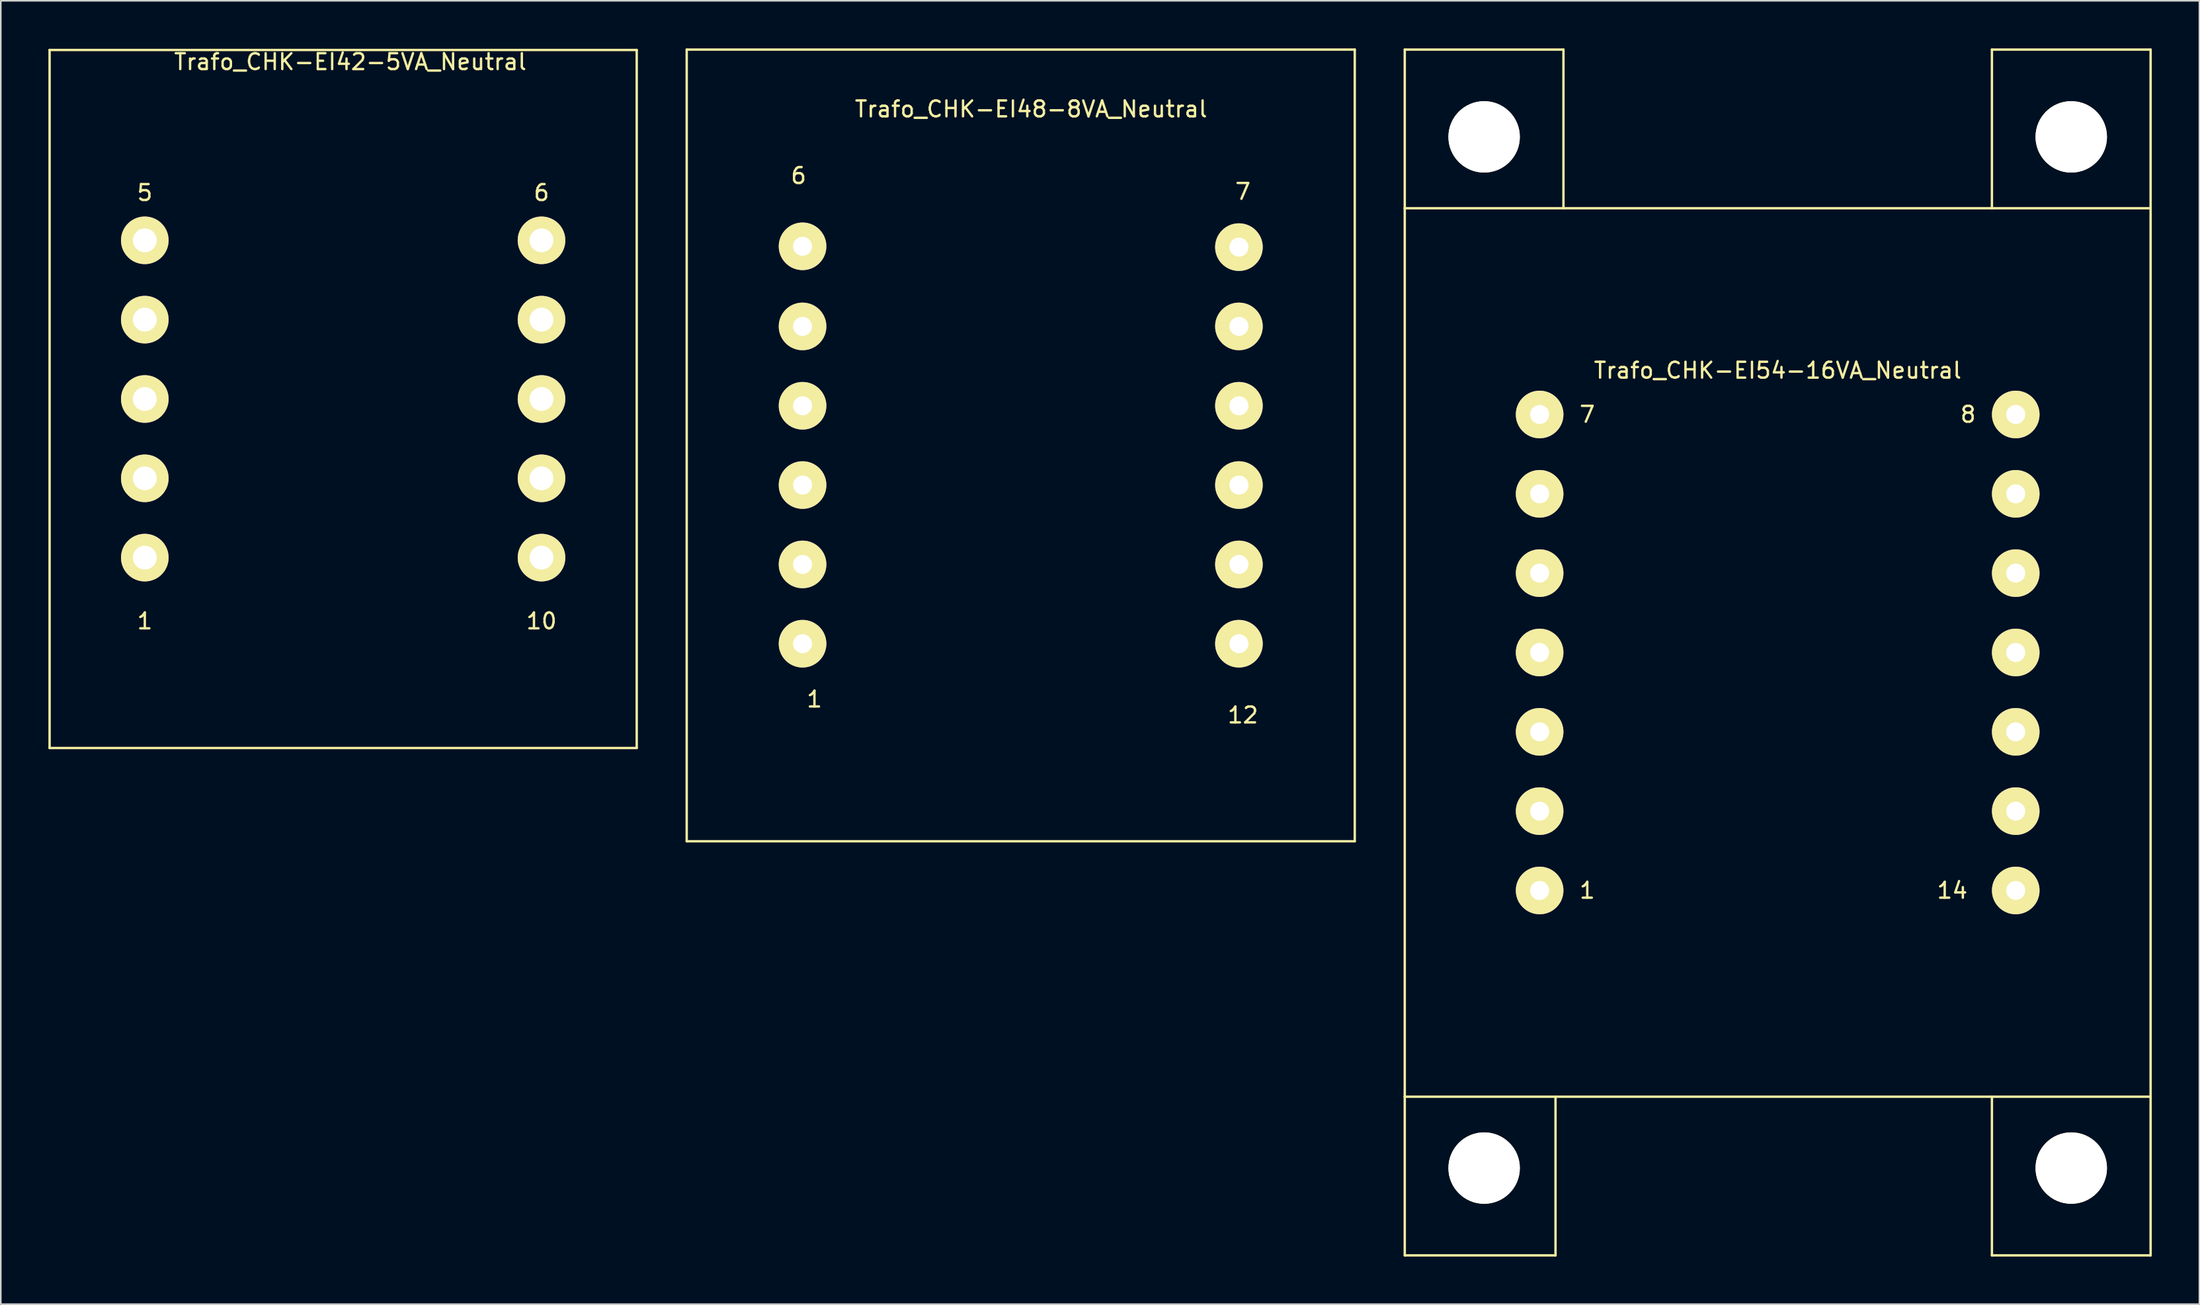
<source format=kicad_pcb>
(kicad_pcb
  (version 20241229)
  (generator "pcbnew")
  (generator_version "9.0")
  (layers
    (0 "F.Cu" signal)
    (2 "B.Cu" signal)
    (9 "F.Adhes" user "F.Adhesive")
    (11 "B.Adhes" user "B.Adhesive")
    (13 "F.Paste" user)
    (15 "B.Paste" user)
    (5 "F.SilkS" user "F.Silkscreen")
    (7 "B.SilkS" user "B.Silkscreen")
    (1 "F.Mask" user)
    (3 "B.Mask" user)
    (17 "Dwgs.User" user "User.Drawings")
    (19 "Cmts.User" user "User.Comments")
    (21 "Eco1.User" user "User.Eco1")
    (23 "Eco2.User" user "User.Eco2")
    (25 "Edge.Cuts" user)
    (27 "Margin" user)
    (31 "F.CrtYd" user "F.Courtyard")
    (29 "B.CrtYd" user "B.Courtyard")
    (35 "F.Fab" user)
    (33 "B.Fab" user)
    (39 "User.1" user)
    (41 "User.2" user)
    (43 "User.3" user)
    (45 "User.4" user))
  (footprint "Trafo_CHK-EI48-8VA_Neutral"
    (layer "F.Cu")
    (at 61.272 25.025)
    (property "Reference" "Trafo_CHK-EI48-8VA_Neutral" (at 0.65 -21.199 0) (layer "F.SilkS") (effects (font (size 1 1) (thickness 0.15))))
    (attr through_hole)
    (fp_line (start -21.049 -24.95) (end 21.049 -24.95) (stroke (width 0.15) (type solid)) (layer "F.SilkS"))
    (fp_line (start -21.049 24.95) (end -21.049 -24.95) (stroke (width 0.15) (type solid)) (layer "F.SilkS"))
    (fp_line (start 21.049 -24.95) (end 21.049 24.95) (stroke (width 0.15) (type solid)) (layer "F.SilkS"))
    (fp_line (start 21.049 24.95) (end -21.049 24.95) (stroke (width 0.15) (type solid)) (layer "F.SilkS"))
    (fp_text user "7" (at 14 -15.999 0) (layer "F.SilkS") (effects (font (size 1 1) (thickness 0.15))))
    (fp_text user "12" (at 14 17 0) (layer "F.SilkS") (effects (font (size 1 1) (thickness 0.15))))
    (fp_text user "1" (at -13 15.999 0) (layer "F.SilkS") (effects (font (size 1 1) (thickness 0.15))))
    (fp_text user "6" (at -14 -17 0) (layer "F.SilkS") (effects (font (size 1 1) (thickness 0.15))))
    (pad "1" thru_hole circle (at -13.749 12.499) (size 3 3) (drill 1.199) (layers "*.Cu" "*.Mask" "F.SilkS"))
    (pad "2" thru_hole circle (at -13.749 7.501) (size 3 3) (drill 1.199) (layers "*.Cu" "*.Mask" "F.SilkS"))
    (pad "3" thru_hole circle (at -13.749 2.499) (size 3 3) (drill 1.199) (layers "*.Cu" "*.Mask" "F.SilkS"))
    (pad "4" thru_hole circle (at -13.749 -2.499) (size 3 3) (drill 1.199) (layers "*.Cu" "*.Mask" "F.SilkS"))
    (pad "5" thru_hole circle (at -13.749 -7.501) (size 3 3) (drill 1.199) (layers "*.Cu" "*.Mask" "F.SilkS"))
    (pad "6" thru_hole circle (at -13.749 -12.55) (size 3 3) (drill 1.199) (layers "*.Cu" "*.Mask" "F.SilkS"))
    (pad "7" thru_hole circle (at 13.749 -12.499) (size 3 3) (drill 1.199) (layers "*.Cu" "*.Mask" "F.SilkS"))
    (pad "8" thru_hole circle (at 13.749 -7.501) (size 3 3) (drill 1.199) (layers "*.Cu" "*.Mask" "F.SilkS"))
    (pad "9" thru_hole circle (at 13.749 -2.499) (size 3 3) (drill 1.199) (layers "*.Cu" "*.Mask" "F.SilkS"))
    (pad "10" thru_hole circle (at 13.749 2.499) (size 3 3) (drill 1.199) (layers "*.Cu" "*.Mask" "F.SilkS"))
    (pad "11" thru_hole circle (at 13.749 7.501) (size 3 3) (drill 1.199) (layers "*.Cu" "*.Mask" "F.SilkS"))
    (pad "12" thru_hole circle (at 13.749 12.499) (size 3 3) (drill 1.199) (layers "*.Cu" "*.Mask" "F.SilkS")))
  (footprint "Trafo_CHK-EI54-16VA_Neutral"
    (layer "F.Cu")
    (at 108.971 38.076)
    (property "Reference" "Trafo_CHK-EI54-16VA_Neutral" (at 0 -17.78 0) (layer "F.SilkS") (effects (font (size 1 1) (thickness 0.15))))
    (attr through_hole)
    (fp_line (start -23.5 -38.001) (end -13.5 -38.001) (stroke (width 0.15) (type solid)) (layer "F.SilkS"))
    (fp_line (start -23.5 -28.001) (end -23.5 -38.001) (stroke (width 0.15) (type solid)) (layer "F.SilkS"))
    (fp_line (start -23.5 -28.001) (end -23.5 28.001) (stroke (width 0.15) (type solid)) (layer "F.SilkS"))
    (fp_line (start -23.5 28.001) (end -23.5 38.001) (stroke (width 0.15) (type solid)) (layer "F.SilkS"))
    (fp_line (start -23.5 28.001) (end 23.5 28.001) (stroke (width 0.15) (type solid)) (layer "F.SilkS"))
    (fp_line (start -23.5 38.001) (end -14 38.001) (stroke (width 0.15) (type solid)) (layer "F.SilkS"))
    (fp_line (start -14 38.001) (end -14 28.001) (stroke (width 0.15) (type solid)) (layer "F.SilkS"))
    (fp_line (start -13.5 -38.001) (end -13.5 -28.001) (stroke (width 0.15) (type solid)) (layer "F.SilkS"))
    (fp_line (start 13.5 -38.001) (end 13.5 -28.001) (stroke (width 0.15) (type solid)) (layer "F.SilkS"))
    (fp_line (start 13.5 38.001) (end 13.5 28.001) (stroke (width 0.15) (type solid)) (layer "F.SilkS"))
    (fp_line (start 23.5 -38.001) (end 13.5 -38.001) (stroke (width 0.15) (type solid)) (layer "F.SilkS"))
    (fp_line (start 23.5 -28.001) (end -23.5 -28.001) (stroke (width 0.15) (type solid)) (layer "F.SilkS"))
    (fp_line (start 23.5 -28.001) (end 23.5 -38.001) (stroke (width 0.15) (type solid)) (layer "F.SilkS"))
    (fp_line (start 23.5 28.001) (end 23.5 -28.001) (stroke (width 0.15) (type solid)) (layer "F.SilkS"))
    (fp_line (start 23.5 28.001) (end 23.5 38.001) (stroke (width 0.15) (type solid)) (layer "F.SilkS"))
    (fp_line (start 23.5 38.001) (end 13.5 38.001) (stroke (width 0.15) (type solid)) (layer "F.SilkS"))
    (fp_text user "8" (at 11.999 -15.001 0) (layer "F.SilkS") (effects (font (size 1 1) (thickness 0.15))))
    (fp_text user "14" (at 11.001 15.001 0) (layer "F.SilkS") (effects (font (size 1 1) (thickness 0.15))))
    (fp_text user "7" (at -11.999 -15.001 0) (layer "F.SilkS") (effects (font (size 1 1) (thickness 0.15))))
    (fp_text user "1" (at -11.999 15.001 0) (layer "F.SilkS") (effects (font (size 1 1) (thickness 0.15))))
    (pad "" np_thru_hole circle (at -18.499 -32.499) (size 4.501 4.501) (drill 4.501) (layers "*.Cu" "*.Mask" "F.SilkS"))
    (pad "" np_thru_hole circle (at -18.499 32.499) (size 4.501 4.501) (drill 4.501) (layers "*.Cu" "*.Mask" "F.SilkS"))
    (pad "" np_thru_hole circle (at 18.499 -32.499) (size 4.501 4.501) (drill 4.501) (layers "*.Cu" "*.Mask" "F.SilkS"))
    (pad "" np_thru_hole circle (at 18.499 32.499) (size 4.501 4.501) (drill 4.501) (layers "*.Cu" "*.Mask" "F.SilkS"))
    (pad "1" thru_hole circle (at -15.001 15.001) (size 3 3) (drill 1.199) (layers "*.Cu" "*.Mask" "F.SilkS"))
    (pad "2" thru_hole circle (at -15.001 10) (size 3 3) (drill 1.199) (layers "*.Cu" "*.Mask" "F.SilkS"))
    (pad "3" thru_hole circle (at -15.001 5.001) (size 3 3) (drill 1.199) (layers "*.Cu" "*.Mask" "F.SilkS"))
    (pad "4" thru_hole circle (at -15.001 0) (size 3 3) (drill 1.199) (layers "*.Cu" "*.Mask" "F.SilkS"))
    (pad "5" thru_hole circle (at -15.001 -5.001) (size 3 3) (drill 1.199) (layers "*.Cu" "*.Mask" "F.SilkS"))
    (pad "6" thru_hole circle (at -15.001 -10) (size 3 3) (drill 1.199) (layers "*.Cu" "*.Mask" "F.SilkS"))
    (pad "7" thru_hole circle (at -15.001 -15.001) (size 3 3) (drill 1.199) (layers "*.Cu" "*.Mask" "F.SilkS"))
    (pad "8" thru_hole circle (at 15.001 -15.001) (size 3 3) (drill 1.199) (layers "*.Cu" "*.Mask" "F.SilkS"))
    (pad "9" thru_hole circle (at 15.001 -10) (size 3 3) (drill 1.199) (layers "*.Cu" "*.Mask" "F.SilkS"))
    (pad "10" thru_hole circle (at 15.001 -5.001) (size 3 3) (drill 1.199) (layers "*.Cu" "*.Mask" "F.SilkS"))
    (pad "11" thru_hole circle (at 15.001 0) (size 3 3) (drill 1.199) (layers "*.Cu" "*.Mask" "F.SilkS"))
    (pad "12" thru_hole circle (at 15.001 5.001) (size 3 3) (drill 1.199) (layers "*.Cu" "*.Mask" "F.SilkS"))
    (pad "13" thru_hole circle (at 15.001 10) (size 3 3) (drill 1.199) (layers "*.Cu" "*.Mask" "F.SilkS"))
    (pad "14" thru_hole circle (at 15.001 15.001) (size 3 3) (drill 1.199) (layers "*.Cu" "*.Mask" "F.SilkS")))
  (footprint "Trafo_CHK-EI42-5VA_Neutral"
    (layer "F.Cu")
    (at 18.574 22.098)
    (property "Reference" "Trafo_CHK-EI42-5VA_Neutral" (at 0.45 -21.25 0) (layer "F.SilkS") (effects (font (size 1 1) (thickness 0.15))))
    (attr through_hole)
    (fp_line (start -18.499 -21.999) (end -18.499 21.999) (stroke (width 0.15) (type solid)) (layer "F.SilkS"))
    (fp_line (start -18.499 21.999) (end 18.499 21.999) (stroke (width 0.15) (type solid)) (layer "F.SilkS"))
    (fp_line (start 18.499 -21.999) (end -18.499 -21.999) (stroke (width 0.15) (type solid)) (layer "F.SilkS"))
    (fp_line (start 18.499 21.999) (end 18.499 -21.999) (stroke (width 0.15) (type solid)) (layer "F.SilkS"))
    (fp_text user "6" (at 12.499 -13 0) (layer "F.SilkS") (effects (font (size 1 1) (thickness 0.15))))
    (fp_text user "5" (at -12.499 -13 0) (layer "F.SilkS") (effects (font (size 1 1) (thickness 0.15))))
    (fp_text user "10" (at 12.499 14 0) (layer "F.SilkS") (effects (font (size 1 1) (thickness 0.15))))
    (fp_text user "1" (at -12.499 14 0) (layer "F.SilkS") (effects (font (size 1 1) (thickness 0.15))))
    (pad "1" thru_hole circle (at -12.499 10) (size 3 3) (drill 1.501) (layers "*.Cu" "*.Mask" "F.SilkS"))
    (pad "2" thru_hole circle (at -12.499 5.001) (size 3 3) (drill 1.501) (layers "*.Cu" "*.Mask" "F.SilkS"))
    (pad "3" thru_hole circle (at -12.499 0) (size 3 3) (drill 1.501) (layers "*.Cu" "*.Mask" "F.SilkS"))
    (pad "4" thru_hole circle (at -12.499 -5.001) (size 3 3) (drill 1.501) (layers "*.Cu" "*.Mask" "F.SilkS"))
    (pad "5" thru_hole circle (at -12.499 -10) (size 3 3) (drill 1.501) (layers "*.Cu" "*.Mask" "F.SilkS"))
    (pad "6" thru_hole circle (at 12.499 -10) (size 3 3) (drill 1.501) (layers "*.Cu" "*.Mask" "F.SilkS"))
    (pad "7" thru_hole circle (at 12.499 -5.001) (size 3 3) (drill 1.501) (layers "*.Cu" "*.Mask" "F.SilkS"))
    (pad "8" thru_hole circle (at 12.499 0) (size 3 3) (drill 1.501) (layers "*.Cu" "*.Mask" "F.SilkS"))
    (pad "9" thru_hole circle (at 12.499 5.001) (size 3 3) (drill 1.501) (layers "*.Cu" "*.Mask" "F.SilkS"))
    (pad "10" thru_hole circle (at 12.499 10) (size 3 3) (drill 1.501) (layers "*.Cu" "*.Mask" "F.SilkS")))
  (gr_rect
    (start -3 -3)
    (end 135.546 79.152)
    (stroke (width 0.1) (type default))
    (fill no)
    (layer "Edge.Cuts")))
</source>
